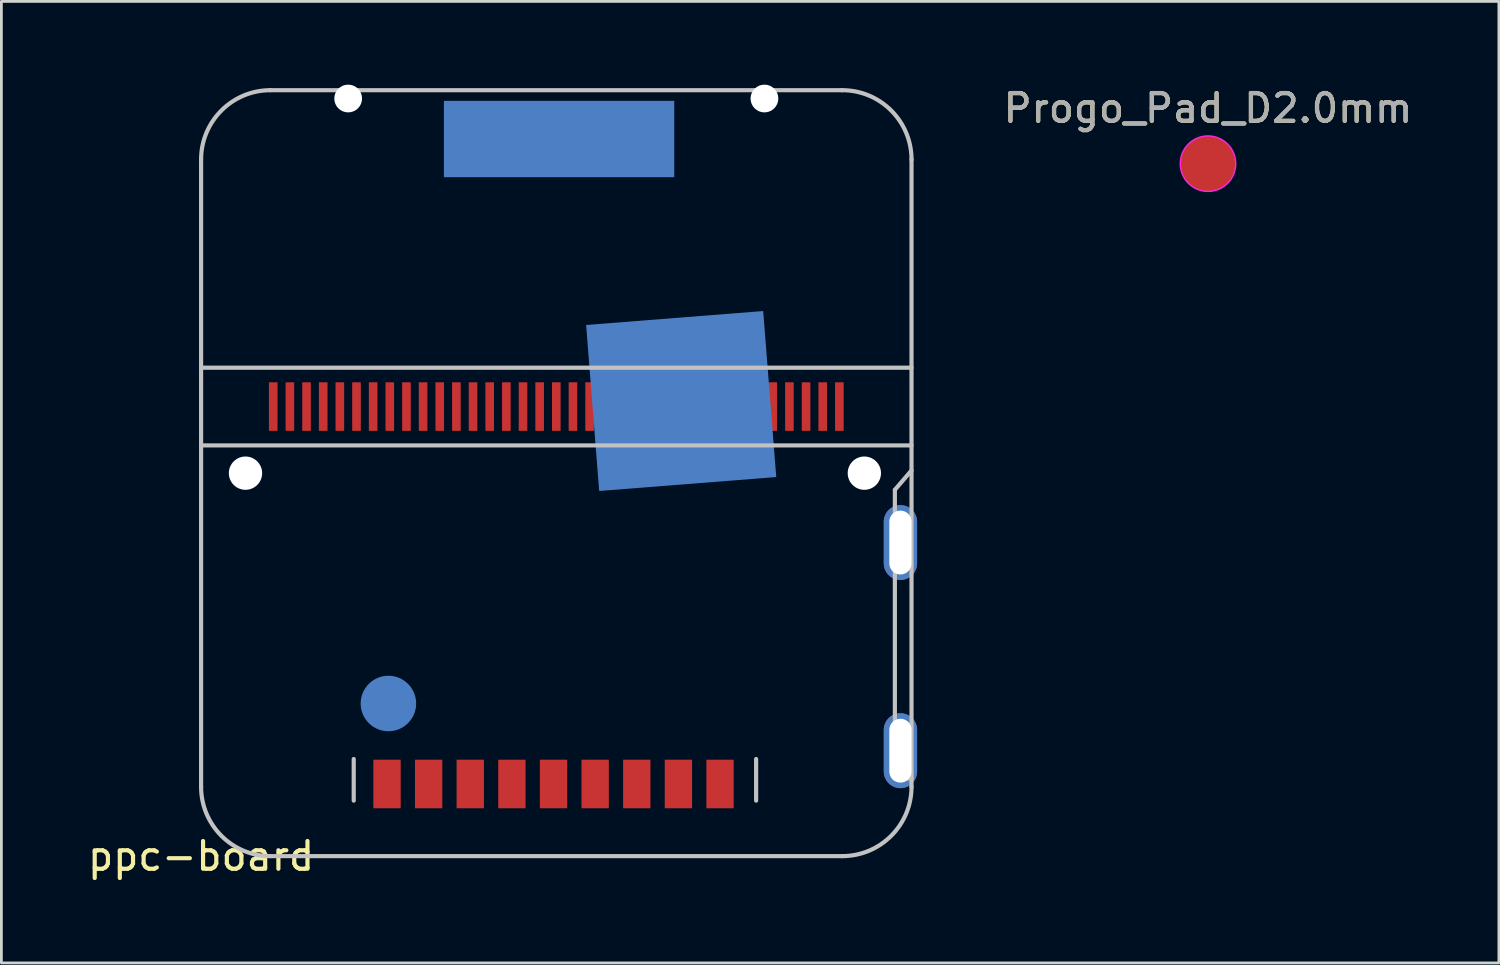
<source format=kicad_pcb>
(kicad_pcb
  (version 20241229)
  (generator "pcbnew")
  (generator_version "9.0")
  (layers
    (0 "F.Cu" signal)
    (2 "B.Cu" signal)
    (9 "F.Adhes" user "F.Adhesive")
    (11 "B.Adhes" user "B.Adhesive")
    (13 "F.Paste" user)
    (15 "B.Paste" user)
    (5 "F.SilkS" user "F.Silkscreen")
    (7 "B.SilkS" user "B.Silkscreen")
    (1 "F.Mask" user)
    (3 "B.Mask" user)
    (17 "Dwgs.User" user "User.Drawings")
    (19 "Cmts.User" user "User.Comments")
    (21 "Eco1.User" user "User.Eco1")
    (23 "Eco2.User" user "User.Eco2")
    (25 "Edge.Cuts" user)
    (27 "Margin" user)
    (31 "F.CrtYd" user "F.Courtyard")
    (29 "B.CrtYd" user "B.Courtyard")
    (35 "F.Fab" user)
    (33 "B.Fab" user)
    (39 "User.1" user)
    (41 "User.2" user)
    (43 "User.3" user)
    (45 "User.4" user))
  (footprint "ppc-board"
    (layer "F.Cu")
    (at 4.196 27.8)
    (property "Reference" "ppc-board" (at 0 0 0) (layer "F.SilkS") (effects (font (size 1 1) (thickness 0.15))))
    (attr through_hole)
    (fp_line (start 0 -25.1) (end 0 -2.5) (stroke (width 0.15) (type solid)) (layer "Dwgs.User"))
    (fp_line (start 0 -17.6) (end 25.6 -17.6) (stroke (width 0.15) (type solid)) (layer "Dwgs.User"))
    (fp_line (start 0 -14.8) (end 25.6 -14.8) (stroke (width 0.15) (type solid)) (layer "Dwgs.User"))
    (fp_line (start 2.5 0) (end 23.1 0) (stroke (width 0.15) (type solid)) (layer "Dwgs.User"))
    (fp_line (start 5.5 -2) (end 5.5 -3.5) (stroke (width 0.15) (type solid)) (layer "Dwgs.User"))
    (fp_line (start 20 -2) (end 20 -3.5) (stroke (width 0.15) (type solid)) (layer "Dwgs.User"))
    (fp_line (start 23.1 -27.6) (end 2.5 -27.6) (stroke (width 0.15) (type solid)) (layer "Dwgs.User"))
    (fp_line (start 25 -13.2) (end 25.6 -13.9) (stroke (width 0.15) (type solid)) (layer "Dwgs.User"))
    (fp_line (start 25 -2.8) (end 25 -13.2) (stroke (width 0.15) (type solid)) (layer "Dwgs.User"))
    (fp_line (start 25.6 -2.8) (end 25 -2.8) (stroke (width 0.15) (type solid)) (layer "Dwgs.User"))
    (fp_line (start 25.6 -2.5) (end 25.6 -25.1) (stroke (width 0.15) (type solid)) (layer "Dwgs.User"))
    (fp_arc (start 0 -25.1) (mid 0.732233 -26.867767) (end 2.5 -27.6) (stroke (width 0.15) (type solid)) (layer "Dwgs.User"))
    (fp_arc (start 2.5 0) (mid 0.732233 -0.732233) (end 0 -2.5) (stroke (width 0.15) (type solid)) (layer "Dwgs.User"))
    (fp_arc (start 23.1 -27.6) (mid 24.867767 -26.867767) (end 25.6 -25.1) (stroke (width 0.15) (type solid)) (layer "Dwgs.User"))
    (fp_arc (start 25.6 -2.5) (mid 24.867767 -0.732233) (end 23.1 0) (stroke (width 0.15) (type solid)) (layer "Dwgs.User"))
    (fp_line (start 0.89 -12.409) (end 0.89 -10.409) (stroke (width 0.15) (type solid)) (layer "Eco1.User"))
    (fp_line (start 0.89 -7.409) (end 0.89 -2.509) (stroke (width 0.15) (type solid)) (layer "Eco1.User"))
    (fp_line (start 1.59 -10.409) (end 0.89 -10.409) (stroke (width 0.15) (type solid)) (layer "Eco1.User"))
    (fp_line (start 1.59 -7.409) (end 0.89 -7.409) (stroke (width 0.15) (type solid)) (layer "Eco1.User"))
    (fp_line (start 2.49 -0.909) (end 5.19 -0.909) (stroke (width 0.15) (type solid)) (layer "Eco1.User"))
    (fp_line (start 3.39 -14.909) (end 3.39 -12.409) (stroke (width 0.15) (type solid)) (layer "Eco1.User"))
    (fp_line (start 3.39 -12.409) (end 0.89 -12.409) (stroke (width 0.15) (type solid)) (layer "Eco1.User"))
    (fp_line (start 5.19 -4.609) (end 5.19 -0.909) (stroke (width 0.15) (type solid)) (layer "Eco1.User"))
    (fp_line (start 20.49 -4.609) (end 5.19 -4.609) (stroke (width 0.15) (type solid)) (layer "Eco1.User"))
    (fp_line (start 20.49 -0.909) (end 20.49 -4.609) (stroke (width 0.15) (type solid)) (layer "Eco1.User"))
    (fp_line (start 20.49 -0.909) (end 22.99 -0.909) (stroke (width 0.15) (type solid)) (layer "Eco1.User"))
    (fp_line (start 22.99 -14.909) (end 3.39 -14.909) (stroke (width 0.15) (type solid)) (layer "Eco1.User"))
    (fp_line (start 22.99 -0.909) (end 22.99 -14.909) (stroke (width 0.15) (type solid)) (layer "Eco1.User"))
    (fp_arc (start 1.590454 -10.408678) (mid 3.090454 -8.908678) (end 1.590454 -7.408678) (stroke (width 0.15) (type solid)) (layer "Eco1.User"))
    (fp_arc (start 2.490454 -0.908678) (mid 1.359083 -1.377307) (end 0.890454 -2.508678) (stroke (width 0.15) (type solid)) (layer "Eco1.User"))
    (fp_circle (center 1.59 -8.909) (end 1.14 -8.909) (stroke (width 0.15) (type solid)) (fill no) (layer "Eco1.User"))
    (pad "" np_thru_hole circle (at 1.6 -13.8) (size 1.2 1.2) (drill 1.2) (layers "*.Cu" "*.Mask"))
    (pad "" np_thru_hole circle (at 5.3 -27.3) (size 1 1) (drill 1) (layers "*.Cu" "*.Mask"))
    (pad "" np_thru_hole circle (at 20.3 -27.3) (size 1 1) (drill 1) (layers "*.Cu" "*.Mask"))
    (pad "" np_thru_hole circle (at 23.9 -13.8) (size 1.2 1.2) (drill 1.2) (layers "*.Cu" "*.Mask"))
    (pad "1" connect rect (at 12.9 -25.84) (size 8.3 2.75) (layers "B.Cu" "B.Mask"))
    (pad "2" connect rect (at 17.3 -16.4 4.5) (size 6.4 6) (layers "B.Cu" "B.Mask"))
    (pad "3" smd circle (at 6.75 -5.5) (size 2 2) (layers "B.Cu" "B.Mask"))
    (pad "4" thru_hole oval (at 25.2 -11.3) (size 1.2 2.7) (drill oval 0.8 2.3) (layers "*.Cu" "*.Mask"))
    (pad "5" thru_hole oval (at 25.2 -3.8) (size 1.2 2.7) (drill oval 0.8 2.3) (layers "*.Cu" "*.Mask"))
    (pad "6" connect rect (at 6.7 -2.6) (size 0.985 1.75) (layers "F.Cu" "F.Mask"))
    (pad "7" connect rect (at 8.2 -2.6) (size 0.985 1.75) (layers "F.Cu" "F.Mask"))
    (pad "8" connect rect (at 9.7 -2.6) (size 0.985 1.75) (layers "F.Cu" "F.Mask"))
    (pad "9" connect rect (at 11.2 -2.6) (size 0.985 1.75) (layers "F.Cu" "F.Mask"))
    (pad "10" connect rect (at 12.7 -2.6) (size 0.985 1.75) (layers "F.Cu" "F.Mask"))
    (pad "11" connect rect (at 14.2 -2.6) (size 0.985 1.75) (layers "F.Cu" "F.Mask"))
    (pad "12" connect rect (at 15.7 -2.6) (size 0.985 1.75) (layers "F.Cu" "F.Mask"))
    (pad "13" connect rect (at 17.2 -2.6) (size 0.985 1.75) (layers "F.Cu" "F.Mask"))
    (pad "14" connect rect (at 18.7 -2.6) (size 0.985 1.75) (layers "F.Cu" "F.Mask"))
    (pad "15" connect rect (at 2.6 -16.2) (size 0.31 1.75) (layers "F.Cu" "F.Mask"))
    (pad "16" connect rect (at 3.2 -16.2) (size 0.31 1.75) (layers "F.Cu" "F.Mask"))
    (pad "17" connect rect (at 3.8 -16.2) (size 0.31 1.75) (layers "F.Cu" "F.Mask"))
    (pad "18" connect rect (at 4.4 -16.2) (size 0.31 1.75) (layers "F.Cu" "F.Mask"))
    (pad "19" connect rect (at 5 -16.2) (size 0.31 1.75) (layers "F.Cu" "F.Mask"))
    (pad "20" connect rect (at 5.6 -16.2) (size 0.31 1.75) (layers "F.Cu" "F.Mask"))
    (pad "21" connect rect (at 6.2 -16.2) (size 0.31 1.75) (layers "F.Cu" "F.Mask"))
    (pad "22" connect rect (at 6.8 -16.2) (size 0.31 1.75) (layers "F.Cu" "F.Mask"))
    (pad "23" connect rect (at 7.4 -16.2) (size 0.31 1.75) (layers "F.Cu" "F.Mask"))
    (pad "24" connect rect (at 8 -16.2) (size 0.31 1.75) (layers "F.Cu" "F.Mask"))
    (pad "25" connect rect (at 8.6 -16.2) (size 0.31 1.75) (layers "F.Cu" "F.Mask"))
    (pad "26" connect rect (at 9.2 -16.2) (size 0.31 1.75) (layers "F.Cu" "F.Mask"))
    (pad "27" connect rect (at 9.8 -16.2) (size 0.31 1.75) (layers "F.Cu" "F.Mask"))
    (pad "28" connect rect (at 10.4 -16.2) (size 0.31 1.75) (layers "F.Cu" "F.Mask"))
    (pad "29" connect rect (at 11 -16.2) (size 0.31 1.75) (layers "F.Cu" "F.Mask"))
    (pad "30" connect rect (at 11.6 -16.2) (size 0.31 1.75) (layers "F.Cu" "F.Mask"))
    (pad "31" connect rect (at 12.2 -16.2) (size 0.31 1.75) (layers "F.Cu" "F.Mask"))
    (pad "32" connect rect (at 12.8 -16.2) (size 0.31 1.75) (layers "F.Cu" "F.Mask"))
    (pad "33" connect rect (at 13.4 -16.2) (size 0.31 1.75) (layers "F.Cu" "F.Mask"))
    (pad "34" connect rect (at 14 -16.2) (size 0.31 1.75) (layers "F.Cu" "F.Mask"))
    (pad "35" connect rect (at 14.6 -16.2) (size 0.31 1.75) (layers "F.Cu" "F.Mask"))
    (pad "36" connect rect (at 15.2 -16.2) (size 0.31 1.75) (layers "F.Cu" "F.Mask"))
    (pad "37" connect rect (at 15.8 -16.2) (size 0.31 1.75) (layers "F.Cu" "F.Mask"))
    (pad "38" connect rect (at 16.4 -16.2) (size 0.31 1.75) (layers "F.Cu" "F.Mask"))
    (pad "39" connect rect (at 17 -16.2) (size 0.31 1.75) (layers "F.Cu" "F.Mask"))
    (pad "40" connect rect (at 17.6 -16.2) (size 0.31 1.75) (layers "F.Cu" "F.Mask"))
    (pad "41" connect rect (at 18.2 -16.2) (size 0.31 1.75) (layers "F.Cu" "F.Mask"))
    (pad "42" connect rect (at 18.8 -16.2) (size 0.31 1.75) (layers "F.Cu" "F.Mask"))
    (pad "43" connect rect (at 19.4 -16.2) (size 0.31 1.75) (layers "F.Cu" "F.Mask"))
    (pad "44" connect rect (at 20 -16.2) (size 0.31 1.75) (layers "F.Cu" "F.Mask"))
    (pad "45" connect rect (at 20.6 -16.2) (size 0.31 1.75) (layers "F.Cu" "F.Mask"))
    (pad "46" connect rect (at 21.2 -16.2) (size 0.31 1.75) (layers "F.Cu" "F.Mask"))
    (pad "47" connect rect (at 21.8 -16.2) (size 0.31 1.75) (layers "F.Cu" "F.Mask"))
    (pad "48" connect rect (at 22.4 -16.2) (size 0.31 1.75) (layers "F.Cu" "F.Mask"))
    (pad "49" connect rect (at 23 -16.2 180) (size 0.31 1.75) (layers "F.Cu" "F.Mask")))
  (footprint "Progo_Pad_D2.0mm"
    (layer "F.Cu")
    (at 40.479 2.848)
    (property "Reference" "Progo_Pad_D2.0mm" (at 0 -1.998 0) (layer "F.SilkS") (effects (font (size 1 1) (thickness 0.15))))
    (attr exclude_from_pos_files exclude_from_bom)
    (fp_circle (center 0 0) (end 1 0) (stroke (width 0.05) (type solid)) (fill no) (layer "F.CrtYd"))
    (fp_text user "${REFERENCE}" (at 0 -2 0) (layer "F.Fab") (effects (font (size 1 1) (thickness 0.15))))
    (pad "1" smd circle (at 0 0) (size 2 2) (property pad_prop_testpoint) (layers "F.Cu" "F.Mask")))
  (gr_rect
    (start -3 -3)
    (end 50.961 31.648)
    (stroke (width 0.1) (type default))
    (fill no)
    (layer "Edge.Cuts")))
</source>
